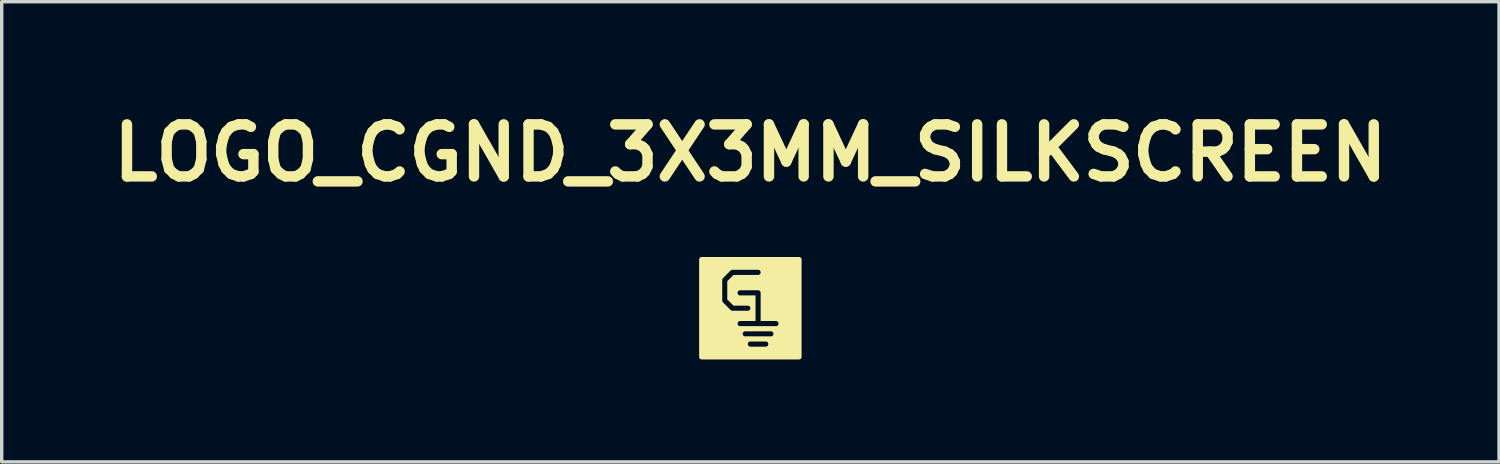
<source format=kicad_pcb>
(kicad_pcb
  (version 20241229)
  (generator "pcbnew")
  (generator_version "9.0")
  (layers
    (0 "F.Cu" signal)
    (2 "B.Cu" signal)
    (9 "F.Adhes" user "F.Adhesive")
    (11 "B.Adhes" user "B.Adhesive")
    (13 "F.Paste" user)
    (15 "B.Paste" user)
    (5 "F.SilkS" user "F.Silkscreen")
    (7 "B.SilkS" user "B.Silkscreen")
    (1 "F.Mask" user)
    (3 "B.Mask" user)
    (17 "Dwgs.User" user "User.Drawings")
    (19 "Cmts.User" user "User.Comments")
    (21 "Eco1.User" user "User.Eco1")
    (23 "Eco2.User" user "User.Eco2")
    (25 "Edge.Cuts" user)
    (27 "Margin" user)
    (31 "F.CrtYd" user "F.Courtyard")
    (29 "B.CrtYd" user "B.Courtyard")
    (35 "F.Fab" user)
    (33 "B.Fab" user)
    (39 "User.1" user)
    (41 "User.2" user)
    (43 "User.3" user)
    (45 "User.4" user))
  (footprint "LOGO_CGND_3X3MM_SILKSCREEN"
    (layer "F.Cu")
    (at 18.919 5.974)
    (property "Reference" "LOGO_CGND_3X3MM_SILKSCREEN" (at 0 -4.548 0) (layer "F.SilkS") (effects (font (size 1.524 1.524) (thickness 0.305))))
    (attr exclude_from_pos_files exclude_from_bom)
    (fp_poly (pts (xy -1.425 -1.5) (xy -1.427 -1.5) (xy -1.429 -1.5) (xy -1.431 -1.5) (xy -1.433 -1.5) (xy -1.435 -1.499) (xy -1.436 -1.499) (xy -1.438 -1.499) (xy -1.44 -1.498) (xy -1.442 -1.498) (xy -1.444 -1.498) (xy -1.445 -1.497) (xy -1.447 -1.497) (xy -1.449 -1.496) (xy -1.451 -1.496) (xy -1.452 -1.495) (xy -1.454 -1.494) (xy -1.456 -1.494) (xy -1.457 -1.493) (xy -1.459 -1.492) (xy -1.461 -1.491) (xy -1.462 -1.49) (xy -1.464 -1.489) (xy -1.465 -1.488) (xy -1.467 -1.487) (xy -1.468 -1.486) (xy -1.47 -1.485) (xy -1.471 -1.484) (xy -1.473 -1.483) (xy -1.474 -1.482) (xy -1.476 -1.481) (xy -1.477 -1.479) (xy -1.478 -1.478) (xy -1.479 -1.477) (xy -1.481 -1.476) (xy -1.482 -1.474) (xy -1.483 -1.473) (xy -1.484 -1.471) (xy -1.485 -1.47) (xy -1.486 -1.468) (xy -1.487 -1.467) (xy -1.488 -1.465) (xy -1.489 -1.464) (xy -1.49 -1.462) (xy -1.491 -1.461) (xy -1.492 -1.459) (xy -1.493 -1.457) (xy -1.494 -1.456) (xy -1.494 -1.454) (xy -1.495 -1.452) (xy -1.496 -1.451) (xy -1.496 -1.449) (xy -1.497 -1.447) (xy -1.497 -1.445) (xy -1.498 -1.444) (xy -1.498 -1.442) (xy -1.498 -1.44) (xy -1.499 -1.438) (xy -1.499 -1.436) (xy -1.499 -1.435) (xy -1.5 -1.433) (xy -1.5 -1.431) (xy -1.5 -1.429) (xy -1.5 -1.427) (xy -1.5 -1.425) (xy -1.5 1.426) (xy -1.5 1.428) (xy -1.5 1.43) (xy -1.5 1.431) (xy -1.499 1.433) (xy -1.499 1.435) (xy -1.499 1.437) (xy -1.499 1.439) (xy -1.498 1.44) (xy -1.498 1.442) (xy -1.497 1.444) (xy -1.497 1.446) (xy -1.496 1.447) (xy -1.496 1.449) (xy -1.495 1.451) (xy -1.495 1.453) (xy -1.494 1.454) (xy -1.493 1.456) (xy -1.492 1.458) (xy -1.492 1.459) (xy -1.491 1.461) (xy -1.49 1.462) (xy -1.489 1.464) (xy -1.488 1.465) (xy -1.487 1.467) (xy -1.486 1.468) (xy -1.485 1.47) (xy -1.484 1.471) (xy -1.483 1.473) (xy -1.481 1.474) (xy -1.48 1.476) (xy -1.479 1.477) (xy -1.478 1.478) (xy -1.476 1.479) (xy -1.475 1.481) (xy -1.474 1.482) (xy -1.472 1.483) (xy -1.471 1.484) (xy -1.47 1.485) (xy -1.468 1.486) (xy -1.467 1.487) (xy -1.465 1.488) (xy -1.463 1.489) (xy -1.462 1.49) (xy -1.46 1.491) (xy -1.459 1.492) (xy -1.457 1.493) (xy -1.455 1.493) (xy -1.454 1.494) (xy -1.452 1.495) (xy -1.45 1.495) (xy -1.449 1.496) (xy -1.447 1.497) (xy -1.445 1.497) (xy -1.443 1.498) (xy -1.442 1.498) (xy -1.44 1.498) (xy -1.438 1.499) (xy -1.436 1.499) (xy -1.435 1.499) (xy -1.433 1.5) (xy -1.431 1.5) (xy -1.429 1.5) (xy -1.427 1.5) (xy -1.425 1.5) (xy 0.451 1.5) (xy 0.451 1.125) (xy 0.449 1.125) (xy 0.000258 1.125) (xy -0.002 1.125) (xy -0.003 1.125) (xy -0.005 1.125) (xy -0.007 1.125) (xy -0.009 1.125) (xy -0.011 1.124) (xy -0.012 1.124) (xy -0.014 1.124) (xy -0.016 1.123) (xy -0.018 1.123) (xy -0.02 1.122) (xy -0.021 1.122) (xy -0.023 1.121) (xy -0.025 1.121) (xy -0.026 1.12) (xy -0.028 1.119) (xy -0.03 1.119) (xy -0.031 1.118) (xy -0.033 1.117) (xy -0.035 1.116) (xy -0.036 1.115) (xy -0.038 1.114) (xy -0.039 1.114) (xy -0.041 1.113) (xy -0.042 1.112) (xy -0.044 1.11) (xy -0.045 1.109) (xy -0.047 1.108) (xy -0.048 1.107) (xy -0.05 1.106) (xy -0.051 1.105) (xy -0.052 1.103) (xy -0.053 1.102) (xy -0.055 1.101) (xy -0.056 1.099) (xy -0.057 1.098) (xy -0.058 1.096) (xy -0.059 1.095) (xy -0.06 1.094) (xy -0.061 1.092) (xy -0.062 1.091) (xy -0.063 1.089) (xy -0.064 1.087) (xy -0.065 1.086) (xy -0.066 1.084) (xy -0.067 1.083) (xy -0.068 1.081) (xy -0.068 1.079) (xy -0.069 1.078) (xy -0.07 1.076) (xy -0.07 1.074) (xy -0.071 1.072) (xy -0.071 1.071) (xy -0.072 1.069) (xy -0.072 1.067) (xy -0.073 1.065) (xy -0.073 1.064) (xy -0.073 1.062) (xy -0.074 1.06) (xy -0.074 1.058) (xy -0.074 1.056) (xy -0.074 1.054) (xy -0.074 1.053) (xy -0.074 1.051) (xy -0.074 1.051) (xy -0.074 1.049) (xy -0.074 1.047) (xy -0.074 1.045) (xy -0.074 1.043) (xy -0.074 1.042) (xy -0.073 1.04) (xy -0.073 1.038) (xy -0.073 1.036) (xy -0.073 1.034) (xy -0.072 1.033) (xy -0.072 1.031) (xy -0.071 1.029) (xy -0.071 1.027) (xy -0.07 1.025) (xy -0.069 1.024) (xy -0.069 1.022) (xy -0.068 1.02) (xy -0.067 1.019) (xy -0.067 1.017) (xy -0.066 1.015) (xy -0.065 1.014) (xy -0.064 1.012) (xy -0.063 1.01) (xy -0.062 1.009) (xy -0.061 1.007) (xy -0.06 1.006) (xy -0.059 1.004) (xy -0.058 1.003) (xy -0.056 1.001) (xy -0.055 1) (xy -0.054 0.999) (xy -0.053 0.997) (xy -0.051 0.996) (xy -0.05 0.995) (xy -0.049 0.994) (xy -0.047 0.992) (xy -0.046 0.991) (xy -0.044 0.99) (xy -0.043 0.989) (xy -0.041 0.988) (xy -0.04 0.987) (xy -0.038 0.986) (xy -0.037 0.985) (xy -0.035 0.984) (xy -0.034 0.983) (xy -0.032 0.982) (xy -0.03 0.982) (xy -0.028 0.981) (xy -0.027 0.98) (xy -0.025 0.979) (xy -0.023 0.979) (xy -0.022 0.978) (xy -0.02 0.978) (xy -0.018 0.977) (xy -0.016 0.977) (xy -0.014 0.976) (xy -0.013 0.976) (xy -0.011 0.976) (xy -0.009 0.976) (xy -0.007 0.975) (xy -0.005 0.975) (xy -0.003 0.975) (xy -0.002 0.975) (xy 0.000258 0.975) (xy 0.449 0.975) (xy 0.451 0.975) (xy 0.453 0.975) (xy 0.455 0.975) (xy 0.457 0.975) (xy 0.459 0.975) (xy 0.461 0.976) (xy 0.462 0.976) (xy 0.464 0.976) (xy 0.466 0.977) (xy 0.468 0.977) (xy 0.47 0.977) (xy 0.471 0.978) (xy 0.473 0.978) (xy 0.475 0.979) (xy 0.477 0.98) (xy 0.479 0.98) (xy 0.48 0.981) (xy 0.482 0.982) (xy 0.484 0.983) (xy 0.485 0.984) (xy 0.487 0.984) (xy 0.489 0.985) (xy 0.49 0.986) (xy 0.492 0.987) (xy 0.493 0.988) (xy 0.495 0.99) (xy 0.496 0.991) (xy 0.498 0.992) (xy 0.499 0.993) (xy 0.501 0.994) (xy 0.502 0.996) (xy 0.503 0.997) (xy 0.505 0.998) (xy 0.506 1) (xy 0.507 1.001) (xy 0.508 1.002) (xy 0.51 1.004) (xy 0.511 1.005) (xy 0.512 1.007) (xy 0.513 1.008) (xy 0.514 1.01) (xy 0.515 1.012) (xy 0.516 1.013) (xy 0.517 1.015) (xy 0.517 1.017) (xy 0.518 1.018) (xy 0.519 1.02) (xy 0.52 1.022) (xy 0.52 1.023) (xy 0.521 1.025) (xy 0.522 1.027) (xy 0.522 1.029) (xy 0.523 1.03) (xy 0.523 1.032) (xy 0.524 1.034) (xy 0.524 1.036) (xy 0.524 1.038) (xy 0.525 1.04) (xy 0.525 1.042) (xy 0.525 1.043) (xy 0.525 1.045) (xy 0.525 1.047) (xy 0.525 1.049) (xy 0.525 1.051) (xy 0.525 1.053) (xy 0.525 1.055) (xy 0.525 1.056) (xy 0.525 1.058) (xy 0.525 1.06) (xy 0.524 1.062) (xy 0.524 1.064) (xy 0.524 1.066) (xy 0.523 1.067) (xy 0.523 1.069) (xy 0.522 1.071) (xy 0.522 1.073) (xy 0.521 1.074) (xy 0.521 1.076) (xy 0.52 1.078) (xy 0.519 1.08) (xy 0.519 1.081) (xy 0.518 1.083) (xy 0.517 1.085) (xy 0.516 1.086) (xy 0.515 1.088) (xy 0.514 1.089) (xy 0.513 1.091) (xy 0.512 1.093) (xy 0.511 1.094) (xy 0.51 1.096) (xy 0.509 1.097) (xy 0.508 1.098) (xy 0.507 1.1) (xy 0.505 1.101) (xy 0.504 1.103) (xy 0.503 1.104) (xy 0.501 1.105) (xy 0.5 1.106) (xy 0.499 1.108) (xy 0.497 1.109) (xy 0.496 1.11) (xy 0.494 1.111) (xy 0.493 1.112) (xy 0.491 1.113) (xy 0.49 1.114) (xy 0.488 1.115) (xy 0.487 1.116) (xy 0.485 1.117) (xy 0.483 1.118) (xy 0.482 1.118) (xy 0.48 1.119) (xy 0.478 1.12) (xy 0.476 1.121) (xy 0.475 1.121) (xy 0.473 1.122) (xy 0.471 1.122) (xy 0.469 1.123) (xy 0.468 1.123) (xy 0.466 1.124) (xy 0.464 1.124) (xy 0.462 1.124) (xy 0.46 1.125) (xy 0.459 1.125) (xy 0.457 1.125) (xy 0.455 1.125) (xy 0.453 1.125) (xy 0.451 1.125) (xy 0.451 1.5) (xy 0.602 1.5) (xy 0.602 0.824) (xy 0.6 0.824) (xy -0.15 0.824) (xy -0.152 0.824) (xy -0.154 0.824) (xy -0.156 0.824) (xy -0.157 0.824) (xy -0.159 0.824) (xy -0.161 0.824) (xy -0.163 0.823) (xy -0.165 0.823) (xy -0.166 0.823) (xy -0.168 0.822) (xy -0.17 0.822) (xy -0.172 0.821) (xy -0.173 0.821) (xy -0.175 0.82) (xy -0.177 0.819) (xy -0.179 0.819) (xy -0.18 0.818) (xy -0.182 0.817) (xy -0.183 0.816) (xy -0.185 0.816) (xy -0.187 0.815) (xy -0.188 0.814) (xy -0.19 0.813) (xy -0.191 0.812) (xy -0.193 0.811) (xy -0.194 0.81) (xy -0.196 0.809) (xy -0.197 0.807) (xy -0.199 0.806) (xy -0.2 0.805) (xy -0.201 0.804) (xy -0.203 0.803) (xy -0.204 0.801) (xy -0.205 0.8) (xy -0.206 0.799) (xy -0.207 0.797) (xy -0.209 0.796) (xy -0.21 0.794) (xy -0.211 0.793) (xy -0.212 0.791) (xy -0.213 0.79) (xy -0.214 0.788) (xy -0.215 0.787) (xy -0.216 0.785) (xy -0.216 0.783) (xy -0.217 0.782) (xy -0.218 0.78) (xy -0.219 0.778) (xy -0.219 0.777) (xy -0.22 0.775) (xy -0.221 0.773) (xy -0.221 0.772) (xy -0.222 0.77) (xy -0.222 0.768) (xy -0.223 0.766) (xy -0.223 0.765) (xy -0.223 0.763) (xy -0.224 0.761) (xy -0.224 0.759) (xy -0.224 0.757) (xy -0.224 0.756) (xy -0.224 0.754) (xy -0.224 0.752) (xy -0.225 0.75) (xy -0.224 0.748) (xy -0.224 0.746) (xy -0.224 0.745) (xy -0.224 0.743) (xy -0.224 0.741) (xy -0.224 0.739) (xy -0.223 0.737) (xy -0.223 0.736) (xy -0.223 0.734) (xy -0.222 0.732) (xy -0.222 0.73) (xy -0.221 0.729) (xy -0.221 0.727) (xy -0.22 0.725) (xy -0.219 0.723) (xy -0.219 0.722) (xy -0.218 0.72) (xy -0.217 0.718) (xy -0.216 0.717) (xy -0.216 0.715) (xy -0.215 0.714) (xy -0.214 0.712) (xy -0.213 0.71) (xy -0.212 0.709) (xy -0.211 0.707) (xy -0.21 0.706) (xy -0.209 0.704) (xy -0.207 0.703) (xy -0.206 0.702) (xy -0.205 0.7) (xy -0.204 0.699) (xy -0.203 0.698) (xy -0.201 0.696) (xy -0.2 0.695) (xy -0.199 0.694) (xy -0.197 0.693) (xy -0.196 0.692) (xy -0.194 0.69) (xy -0.193 0.689) (xy -0.191 0.688) (xy -0.19 0.687) (xy -0.188 0.686) (xy -0.187 0.686) (xy -0.185 0.685) (xy -0.183 0.684) (xy -0.182 0.683) (xy -0.18 0.682) (xy -0.179 0.681) (xy -0.177 0.681) (xy -0.175 0.68) (xy -0.173 0.68) (xy -0.172 0.679) (xy -0.17 0.678) (xy -0.168 0.678) (xy -0.166 0.678) (xy -0.165 0.677) (xy -0.163 0.677) (xy -0.161 0.677) (xy -0.159 0.676) (xy -0.157 0.676) (xy -0.156 0.676) (xy -0.154 0.676) (xy -0.152 0.676) (xy -0.15 0.676) (xy 0.6 0.676) (xy 0.602 0.676) (xy 0.603 0.676) (xy 0.605 0.676) (xy 0.607 0.676) (xy 0.609 0.676) (xy 0.611 0.676) (xy 0.613 0.677) (xy 0.614 0.677) (xy 0.616 0.677) (xy 0.618 0.678) (xy 0.62 0.678) (xy 0.622 0.679) (xy 0.623 0.679) (xy 0.625 0.68) (xy 0.627 0.68) (xy 0.629 0.681) (xy 0.63 0.682) (xy 0.632 0.683) (xy 0.634 0.683) (xy 0.635 0.684) (xy 0.637 0.685) (xy 0.639 0.686) (xy 0.64 0.687) (xy 0.642 0.688) (xy 0.643 0.689) (xy 0.645 0.69) (xy 0.646 0.691) (xy 0.648 0.692) (xy 0.649 0.693) (xy 0.65 0.695) (xy 0.652 0.696) (xy 0.653 0.697) (xy 0.654 0.698) (xy 0.656 0.7) (xy 0.657 0.701) (xy 0.658 0.703) (xy 0.659 0.704) (xy 0.66 0.705) (xy 0.662 0.707) (xy 0.663 0.708) (xy 0.664 0.71) (xy 0.665 0.711) (xy 0.666 0.713) (xy 0.666 0.715) (xy 0.667 0.716) (xy 0.668 0.718) (xy 0.669 0.72) (xy 0.67 0.721) (xy 0.67 0.723) (xy 0.671 0.725) (xy 0.672 0.727) (xy 0.672 0.728) (xy 0.673 0.73) (xy 0.673 0.732) (xy 0.674 0.734) (xy 0.674 0.735) (xy 0.674 0.737) (xy 0.675 0.739) (xy 0.675 0.741) (xy 0.675 0.743) (xy 0.675 0.745) (xy 0.676 0.746) (xy 0.676 0.748) (xy 0.676 0.75) (xy 0.676 0.752) (xy 0.676 0.754) (xy 0.675 0.756) (xy 0.675 0.757) (xy 0.675 0.759) (xy 0.675 0.761) (xy 0.674 0.763) (xy 0.674 0.765) (xy 0.674 0.767) (xy 0.673 0.768) (xy 0.673 0.77) (xy 0.672 0.772) (xy 0.672 0.774) (xy 0.671 0.775) (xy 0.67 0.777) (xy 0.67 0.779) (xy 0.669 0.781) (xy 0.668 0.782) (xy 0.667 0.784) (xy 0.666 0.785) (xy 0.666 0.787) (xy 0.665 0.789) (xy 0.664 0.79) (xy 0.663 0.792) (xy 0.662 0.793) (xy 0.66 0.795) (xy 0.659 0.796) (xy 0.658 0.798) (xy 0.657 0.799) (xy 0.656 0.8) (xy 0.654 0.802) (xy 0.653 0.803) (xy 0.652 0.804) (xy 0.65 0.806) (xy 0.649 0.807) (xy 0.648 0.808) (xy 0.646 0.809) (xy 0.645 0.81) (xy 0.643 0.811) (xy 0.642 0.812) (xy 0.64 0.813) (xy 0.639 0.814) (xy 0.637 0.815) (xy 0.635 0.816) (xy 0.634 0.817) (xy 0.632 0.818) (xy 0.63 0.818) (xy 0.629 0.819) (xy 0.627 0.82) (xy 0.625 0.82) (xy 0.623 0.821) (xy 0.622 0.822) (xy 0.62 0.822) (xy 0.618 0.822) (xy 0.616 0.823) (xy 0.614 0.823) (xy 0.613 0.824) (xy 0.611 0.824) (xy 0.609 0.824) (xy 0.607 0.824) (xy 0.605 0.824) (xy 0.603 0.824) (xy 0.602 0.824) (xy 0.602 1.5) (xy 0.75 1.5) (xy 0.75 0.525) (xy 0.225 0.525) (xy -0.3 0.525) (xy -0.302 0.525) (xy -0.304 0.525) (xy -0.306 0.525) (xy -0.308 0.525) (xy -0.31 0.525) (xy -0.312 0.524) (xy -0.313 0.524) (xy -0.315 0.524) (xy -0.317 0.523) (xy -0.319 0.523) (xy -0.321 0.522) (xy -0.322 0.522) (xy -0.324 0.521) (xy -0.326 0.521) (xy -0.328 0.52) (xy -0.329 0.519) (xy -0.331 0.519) (xy -0.333 0.518) (xy -0.334 0.517) (xy -0.336 0.516) (xy -0.337 0.515) (xy -0.339 0.514) (xy -0.341 0.513) (xy -0.342 0.512) (xy -0.344 0.511) (xy -0.345 0.51) (xy -0.347 0.509) (xy -0.348 0.508) (xy -0.349 0.507) (xy -0.351 0.505) (xy -0.352 0.504) (xy -0.353 0.503) (xy -0.355 0.501) (xy -0.356 0.5) (xy -0.357 0.499) (xy -0.358 0.497) (xy -0.36 0.496) (xy -0.361 0.494) (xy -0.362 0.493) (xy -0.363 0.491) (xy -0.364 0.49) (xy -0.365 0.488) (xy -0.366 0.487) (xy -0.366 0.485) (xy -0.367 0.483) (xy -0.368 0.482) (xy -0.369 0.48) (xy -0.37 0.478) (xy -0.37 0.476) (xy -0.371 0.475) (xy -0.371 0.473) (xy -0.372 0.471) (xy -0.372 0.469) (xy -0.373 0.468) (xy -0.373 0.466) (xy -0.374 0.464) (xy -0.374 0.462) (xy -0.374 0.46) (xy -0.374 0.459) (xy -0.375 0.457) (xy -0.375 0.455) (xy -0.375 0.453) (xy -0.375 0.451) (xy -0.375 0.449) (xy -0.375 0.448) (xy -0.375 0.446) (xy -0.375 0.444) (xy -0.375 0.442) (xy -0.374 0.44) (xy -0.374 0.438) (xy -0.374 0.437) (xy -0.373 0.435) (xy -0.373 0.433) (xy -0.373 0.431) (xy -0.372 0.43) (xy -0.372 0.428) (xy -0.371 0.426) (xy -0.37 0.424) (xy -0.37 0.423) (xy -0.369 0.421) (xy -0.368 0.419) (xy -0.368 0.418) (xy -0.367 0.416) (xy -0.366 0.414) (xy -0.365 0.413) (xy -0.364 0.411) (xy -0.363 0.41) (xy -0.362 0.408) (xy -0.361 0.407) (xy -0.36 0.405) (xy -0.359 0.404) (xy -0.358 0.402) (xy -0.357 0.401) (xy -0.355 0.4) (xy -0.354 0.398) (xy -0.353 0.397) (xy -0.352 0.396) (xy -0.35 0.394) (xy -0.349 0.393) (xy -0.348 0.392) (xy -0.346 0.391) (xy -0.345 0.39) (xy -0.343 0.389) (xy -0.342 0.388) (xy -0.34 0.387) (xy -0.339 0.386) (xy -0.337 0.385) (xy -0.335 0.384) (xy -0.334 0.383) (xy -0.332 0.382) (xy -0.331 0.381) (xy -0.329 0.381) (xy -0.327 0.38) (xy -0.325 0.379) (xy -0.324 0.379) (xy -0.322 0.378) (xy -0.32 0.378) (xy -0.319 0.377) (xy -0.317 0.377) (xy -0.315 0.376) (xy -0.313 0.376) (xy -0.311 0.376) (xy -0.31 0.376) (xy -0.308 0.375) (xy -0.306 0.375) (xy -0.304 0.375) (xy -0.302 0.375) (xy -0.3 0.375) (xy -0.074 0.375) (xy -0.074 0.074) (xy -0.074 0.074) (xy -0.525 0.074) (xy -0.527 0.074) (xy -0.529 0.074) (xy -0.531 0.074) (xy -0.533 0.074) (xy -0.534 0.074) (xy -0.536 0.073) (xy -0.538 0.073) (xy -0.54 0.073) (xy -0.542 0.072) (xy -0.543 0.072) (xy -0.545 0.072) (xy -0.547 0.071) (xy -0.549 0.071) (xy -0.55 0.07) (xy -0.552 0.069) (xy -0.554 0.069) (xy -0.555 0.068) (xy -0.557 0.067) (xy -0.559 0.067) (xy -0.56 0.066) (xy -0.562 0.065) (xy -0.564 0.064) (xy -0.565 0.063) (xy -0.567 0.062) (xy -0.568 0.061) (xy -0.57 0.06) (xy -0.571 0.059) (xy -0.573 0.058) (xy -0.574 0.057) (xy -0.575 0.055) (xy -0.577 0.054) (xy -0.578 0.053) (xy -0.803 -0.172) (xy -0.804 -0.173) (xy -0.805 -0.174) (xy -0.806 -0.176) (xy -0.808 -0.177) (xy -0.809 -0.179) (xy -0.81 -0.18) (xy -0.811 -0.182) (xy -0.812 -0.183) (xy -0.813 -0.185) (xy -0.814 -0.186) (xy -0.815 -0.188) (xy -0.816 -0.189) (xy -0.816 -0.191) (xy -0.817 -0.193) (xy -0.818 -0.194) (xy -0.819 -0.196) (xy -0.819 -0.198) (xy -0.82 -0.2) (xy -0.82 -0.201) (xy -0.821 -0.203) (xy -0.821 -0.205) (xy -0.822 -0.206) (xy -0.822 -0.208) (xy -0.823 -0.21) (xy -0.823 -0.212) (xy -0.823 -0.214) (xy -0.823 -0.215) (xy -0.824 -0.217) (xy -0.824 -0.219) (xy -0.824 -0.221) (xy -0.824 -0.223) (xy -0.824 -0.225) (xy -0.824 -0.824) (xy -0.824 -0.826) (xy -0.824 -0.828) (xy -0.824 -0.83) (xy -0.824 -0.832) (xy -0.824 -0.833) (xy -0.824 -0.835) (xy -0.823 -0.837) (xy -0.823 -0.839) (xy -0.823 -0.841) (xy -0.822 -0.843) (xy -0.822 -0.845) (xy -0.821 -0.846) (xy -0.821 -0.848) (xy -0.82 -0.85) (xy -0.82 -0.852) (xy -0.819 -0.854) (xy -0.818 -0.855) (xy -0.818 -0.857) (xy -0.817 -0.859) (xy -0.816 -0.86) (xy -0.815 -0.862) (xy -0.814 -0.864) (xy -0.813 -0.865) (xy -0.812 -0.867) (xy -0.811 -0.869) (xy -0.81 -0.87) (xy -0.809 -0.872) (xy -0.808 -0.873) (xy -0.807 -0.875) (xy -0.805 -0.876) (xy -0.804 -0.877) (xy -0.803 -0.879) (xy -0.578 -1.104) (xy -0.577 -1.105) (xy -0.575 -1.106) (xy -0.574 -1.107) (xy -0.573 -1.108) (xy -0.571 -1.109) (xy -0.57 -1.111) (xy -0.568 -1.112) (xy -0.567 -1.113) (xy -0.565 -1.114) (xy -0.564 -1.115) (xy -0.562 -1.115) (xy -0.56 -1.116) (xy -0.559 -1.117) (xy -0.557 -1.118) (xy -0.555 -1.119) (xy -0.554 -1.119) (xy -0.552 -1.12) (xy -0.55 -1.121) (xy -0.549 -1.121) (xy -0.547 -1.122) (xy -0.545 -1.122) (xy -0.543 -1.123) (xy -0.542 -1.123) (xy -0.54 -1.123) (xy -0.538 -1.124) (xy -0.536 -1.124) (xy -0.534 -1.124) (xy -0.533 -1.124) (xy -0.531 -1.125) (xy -0.529 -1.125) (xy -0.527 -1.125) (xy -0.525 -1.125) (xy 0.225 -1.125) (xy 0.226 -1.125) (xy 0.228 -1.125) (xy 0.23 -1.125) (xy 0.232 -1.125) (xy 0.234 -1.124) (xy 0.236 -1.124) (xy 0.237 -1.124) (xy 0.239 -1.124) (xy 0.241 -1.123) (xy 0.243 -1.123) (xy 0.245 -1.122) (xy 0.246 -1.122) (xy 0.248 -1.121) (xy 0.25 -1.121) (xy 0.252 -1.12) (xy 0.253 -1.12) (xy 0.255 -1.119) (xy 0.257 -1.118) (xy 0.259 -1.117) (xy 0.26 -1.117) (xy 0.262 -1.116) (xy 0.263 -1.115) (xy 0.265 -1.114) (xy 0.267 -1.113) (xy 0.268 -1.112) (xy 0.27 -1.111) (xy 0.271 -1.11) (xy 0.273 -1.109) (xy 0.274 -1.107) (xy 0.275 -1.106) (xy 0.277 -1.105) (xy 0.278 -1.104) (xy 0.279 -1.102) (xy 0.281 -1.101) (xy 0.282 -1.1) (xy 0.283 -1.098) (xy 0.284 -1.097) (xy 0.286 -1.095) (xy 0.287 -1.094) (xy 0.288 -1.092) (xy 0.289 -1.091) (xy 0.29 -1.089) (xy 0.291 -1.088) (xy 0.292 -1.086) (xy 0.292 -1.085) (xy 0.293 -1.083) (xy 0.294 -1.081) (xy 0.295 -1.08) (xy 0.296 -1.078) (xy 0.296 -1.076) (xy 0.297 -1.074) (xy 0.297 -1.073) (xy 0.298 -1.071) (xy 0.298 -1.069) (xy 0.299 -1.067) (xy 0.299 -1.065) (xy 0.3 -1.064) (xy 0.3 -1.062) (xy 0.3 -1.06) (xy 0.301 -1.058) (xy 0.301 -1.056) (xy 0.301 -1.055) (xy 0.301 -1.053) (xy 0.301 -1.051) (xy 0.301 -1.049) (xy 0.301 -1.047) (xy 0.301 -1.045) (xy 0.301 -1.043) (xy 0.301 -1.041) (xy 0.3 -1.04) (xy 0.3 -1.038) (xy 0.3 -1.036) (xy 0.299 -1.034) (xy 0.299 -1.032) (xy 0.299 -1.03) (xy 0.298 -1.028) (xy 0.298 -1.027) (xy 0.297 -1.025) (xy 0.296 -1.023) (xy 0.296 -1.021) (xy 0.295 -1.02) (xy 0.294 -1.018) (xy 0.293 -1.016) (xy 0.292 -1.014) (xy 0.292 -1.013) (xy 0.291 -1.011) (xy 0.29 -1.01) (xy 0.289 -1.008) (xy 0.288 -1.006) (xy 0.286 -1.005) (xy 0.285 -1.003) (xy 0.284 -1.002) (xy 0.283 -1) (xy 0.282 -0.999) (xy 0.28 -0.998) (xy 0.279 -0.996) (xy 0.278 -0.995) (xy 0.276 -0.994) (xy 0.275 -0.992) (xy 0.273 -0.991) (xy 0.272 -0.99) (xy 0.27 -0.989) (xy 0.269 -0.988) (xy 0.267 -0.987) (xy 0.266 -0.986) (xy 0.264 -0.985) (xy 0.263 -0.984) (xy 0.261 -0.983) (xy 0.259 -0.982) (xy 0.258 -0.981) (xy 0.256 -0.98) (xy 0.254 -0.98) (xy 0.252 -0.979) (xy 0.251 -0.978) (xy 0.249 -0.978) (xy 0.247 -0.977) (xy 0.245 -0.977) (xy 0.243 -0.976) (xy 0.241 -0.976) (xy 0.24 -0.976) (xy 0.238 -0.975) (xy 0.236 -0.975) (xy 0.234 -0.975) (xy 0.232 -0.975) (xy 0.23 -0.974) (xy 0.228 -0.974) (xy 0.226 -0.974) (xy 0.225 -0.974) (xy -0.494 -0.974) (xy -0.676 -0.793) (xy -0.676 -0.256) (xy -0.494 -0.074) (xy -0.074 -0.074) (xy -0.072 -0.074) (xy -0.071 -0.074) (xy -0.069 -0.074) (xy -0.067 -0.074) (xy -0.065 -0.074) (xy -0.063 -0.073) (xy -0.061 -0.073) (xy -0.06 -0.073) (xy -0.058 -0.072) (xy -0.056 -0.072) (xy -0.054 -0.071) (xy -0.053 -0.071) (xy -0.051 -0.07) (xy -0.049 -0.07) (xy -0.047 -0.069) (xy -0.046 -0.068) (xy -0.044 -0.068) (xy -0.042 -0.067) (xy -0.041 -0.066) (xy -0.039 -0.065) (xy -0.038 -0.064) (xy -0.036 -0.063) (xy -0.034 -0.062) (xy -0.033 -0.061) (xy -0.031 -0.06) (xy -0.03 -0.059) (xy -0.029 -0.058) (xy -0.027 -0.057) (xy -0.026 -0.056) (xy -0.024 -0.055) (xy -0.023 -0.053) (xy -0.022 -0.052) (xy -0.02 -0.051) (xy -0.019 -0.05) (xy -0.018 -0.048) (xy -0.017 -0.047) (xy -0.016 -0.045) (xy -0.015 -0.044) (xy -0.013 -0.042) (xy -0.012 -0.041) (xy -0.011 -0.039) (xy -0.011 -0.038) (xy -0.01 -0.036) (xy -0.009 -0.035) (xy -0.008 -0.033) (xy -0.007 -0.031) (xy -0.006 -0.03) (xy -0.006 -0.028) (xy -0.005 -0.026) (xy -0.004 -0.025) (xy -0.004 -0.023) (xy -0.003 -0.021) (xy -0.003 -0.02) (xy -0.002 -0.018) (xy -0.002 -0.016) (xy -0.001 -0.014) (xy -0.001 -0.012) (xy -0.001 -0.011) (xy -0.000365 -0.009) (xy -0.000152 -0.007) (xy 0.000017 -0.005) (xy 0.000142 -0.003) (xy 0.000222 -0.002) (xy 0.000258 0.000258) (xy 0.00021 0.002) (xy 0.000117 0.004) (xy -0.000019 0.006) (xy -0.000199 0.007) (xy -0.000422 0.009) (xy -0.001 0.011) (xy -0.001 0.013) (xy -0.001 0.015) (xy -0.002 0.016) (xy -0.002 0.018) (xy -0.003 0.02) (xy -0.003 0.022) (xy -0.004 0.023) (xy -0.004 0.025) (xy -0.005 0.027) (xy -0.006 0.028) (xy -0.006 0.03) (xy -0.007 0.032) (xy -0.008 0.033) (xy -0.009 0.035) (xy -0.01 0.037) (xy -0.011 0.038) (xy -0.012 0.04) (xy -0.013 0.041) (xy -0.014 0.043) (xy -0.015 0.044) (xy -0.016 0.046) (xy -0.017 0.047) (xy -0.018 0.048) (xy -0.019 0.05) (xy -0.021 0.051) (xy -0.022 0.052) (xy -0.023 0.054) (xy -0.025 0.055) (xy -0.026 0.056) (xy -0.027 0.057) (xy -0.029 0.058) (xy -0.03 0.059) (xy -0.032 0.061) (xy -0.033 0.062) (xy -0.035 0.063) (xy -0.036 0.063) (xy -0.038 0.064) (xy -0.039 0.065) (xy -0.041 0.066) (xy -0.043 0.067) (xy -0.044 0.068) (xy -0.046 0.068) (xy -0.048 0.069) (xy -0.049 0.07) (xy -0.051 0.07) (xy -0.053 0.071) (xy -0.054 0.071) (xy -0.056 0.072) (xy -0.058 0.072) (xy -0.06 0.073) (xy -0.062 0.073) (xy -0.063 0.073) (xy -0.065 0.074) (xy -0.067 0.074) (xy -0.069 0.074) (xy -0.071 0.074) (xy -0.072 0.074) (xy -0.074 0.074) (xy -0.074 0.375) (xy 0.151 0.375) (xy 0.151 -0.375) (xy -0.3 -0.375) (xy -0.302 -0.375) (xy -0.304 -0.375) (xy -0.306 -0.375) (xy -0.308 -0.375) (xy -0.31 -0.376) (xy -0.311 -0.376) (xy -0.313 -0.376) (xy -0.315 -0.376) (xy -0.317 -0.377) (xy -0.319 -0.377) (xy -0.32 -0.378) (xy -0.322 -0.378) (xy -0.324 -0.379) (xy -0.325 -0.379) (xy -0.327 -0.38) (xy -0.329 -0.381) (xy -0.331 -0.381) (xy -0.332 -0.382) (xy -0.334 -0.383) (xy -0.335 -0.384) (xy -0.337 -0.385) (xy -0.339 -0.386) (xy -0.34 -0.387) (xy -0.342 -0.388) (xy -0.343 -0.389) (xy -0.345 -0.39) (xy -0.346 -0.391) (xy -0.348 -0.392) (xy -0.349 -0.393) (xy -0.35 -0.394) (xy -0.352 -0.396) (xy -0.353 -0.397) (xy -0.354 -0.398) (xy -0.355 -0.4) (xy -0.357 -0.401) (xy -0.358 -0.402) (xy -0.359 -0.404) (xy -0.36 -0.405) (xy -0.361 -0.407) (xy -0.362 -0.408) (xy -0.363 -0.41) (xy -0.364 -0.411) (xy -0.365 -0.413) (xy -0.366 -0.414) (xy -0.367 -0.416) (xy -0.368 -0.418) (xy -0.368 -0.419) (xy -0.369 -0.421) (xy -0.37 -0.423) (xy -0.37 -0.424) (xy -0.371 -0.426) (xy -0.372 -0.428) (xy -0.372 -0.43) (xy -0.373 -0.431) (xy -0.373 -0.433) (xy -0.373 -0.435) (xy -0.374 -0.437) (xy -0.374 -0.438) (xy -0.374 -0.44) (xy -0.375 -0.442) (xy -0.375 -0.444) (xy -0.375 -0.446) (xy -0.375 -0.448) (xy -0.375 -0.449) (xy -0.375 -0.451) (xy -0.375 -0.453) (xy -0.375 -0.455) (xy -0.375 -0.457) (xy -0.374 -0.459) (xy -0.374 -0.46) (xy -0.374 -0.462) (xy -0.374 -0.464) (xy -0.373 -0.466) (xy -0.373 -0.468) (xy -0.372 -0.469) (xy -0.372 -0.471) (xy -0.371 -0.473) (xy -0.371 -0.475) (xy -0.37 -0.476) (xy -0.37 -0.478) (xy -0.369 -0.48) (xy -0.368 -0.482) (xy -0.367 -0.483) (xy -0.366 -0.485) (xy -0.366 -0.487) (xy -0.365 -0.488) (xy -0.364 -0.49) (xy -0.363 -0.491) (xy -0.362 -0.493) (xy -0.361 -0.494) (xy -0.36 -0.496) (xy -0.358 -0.497) (xy -0.357 -0.499) (xy -0.356 -0.5) (xy -0.355 -0.501) (xy -0.353 -0.503) (xy -0.352 -0.504) (xy -0.351 -0.505) (xy -0.349 -0.507) (xy -0.348 -0.508) (xy -0.347 -0.509) (xy -0.345 -0.51) (xy -0.344 -0.511) (xy -0.342 -0.512) (xy -0.341 -0.513) (xy -0.339 -0.514) (xy -0.337 -0.515) (xy -0.336 -0.516) (xy -0.334 -0.517) (xy -0.333 -0.518) (xy -0.331 -0.519) (xy -0.329 -0.519) (xy -0.328 -0.52) (xy -0.326 -0.521) (xy -0.324 -0.521) (xy -0.322 -0.522) (xy -0.321 -0.522) (xy -0.319 -0.523) (xy -0.317 -0.523) (xy -0.315 -0.524) (xy -0.313 -0.524) (xy -0.312 -0.524) (xy -0.31 -0.525) (xy -0.308 -0.525) (xy -0.306 -0.525) (xy -0.304 -0.525) (xy -0.302 -0.525) (xy -0.3 -0.525) (xy 0.225 -0.525) (xy 0.226 -0.525) (xy 0.228 -0.525) (xy 0.23 -0.525) (xy 0.232 -0.525) (xy 0.234 -0.525) (xy 0.236 -0.525) (xy 0.238 -0.524) (xy 0.239 -0.524) (xy 0.241 -0.524) (xy 0.243 -0.523) (xy 0.245 -0.523) (xy 0.247 -0.522) (xy 0.249 -0.522) (xy 0.25 -0.521) (xy 0.252 -0.521) (xy 0.254 -0.52) (xy 0.256 -0.519) (xy 0.257 -0.518) (xy 0.259 -0.518) (xy 0.261 -0.517) (xy 0.262 -0.516) (xy 0.264 -0.515) (xy 0.266 -0.514) (xy 0.267 -0.513) (xy 0.269 -0.512) (xy 0.27 -0.511) (xy 0.272 -0.51) (xy 0.273 -0.509) (xy 0.275 -0.507) (xy 0.276 -0.506) (xy 0.278 -0.505) (xy 0.279 -0.504) (xy 0.28 -0.502) (xy 0.281 -0.501) (xy 0.283 -0.499) (xy 0.284 -0.498) (xy 0.285 -0.496) (xy 0.286 -0.495) (xy 0.287 -0.493) (xy 0.288 -0.492) (xy 0.289 -0.49) (xy 0.29 -0.489) (xy 0.291 -0.487) (xy 0.292 -0.485) (xy 0.293 -0.484) (xy 0.294 -0.482) (xy 0.295 -0.48) (xy 0.295 -0.479) (xy 0.296 -0.477) (xy 0.297 -0.475) (xy 0.297 -0.473) (xy 0.298 -0.472) (xy 0.298 -0.47) (xy 0.299 -0.468) (xy 0.299 -0.466) (xy 0.3 -0.464) (xy 0.3 -0.462) (xy 0.3 -0.461) (xy 0.301 -0.459) (xy 0.301 -0.457) (xy 0.301 -0.455) (xy 0.301 -0.453) (xy 0.301 -0.451) (xy 0.301 -0.449) (xy 0.301 0.375) (xy 0.75 0.375) (xy 0.752 0.375) (xy 0.754 0.375) (xy 0.756 0.375) (xy 0.757 0.375) (xy 0.759 0.376) (xy 0.761 0.376) (xy 0.763 0.376) (xy 0.765 0.376) (xy 0.766 0.377) (xy 0.768 0.377) (xy 0.77 0.378) (xy 0.772 0.378) (xy 0.773 0.379) (xy 0.775 0.379) (xy 0.777 0.38) (xy 0.778 0.381) (xy 0.78 0.381) (xy 0.782 0.382) (xy 0.783 0.383) (xy 0.785 0.384) (xy 0.787 0.385) (xy 0.788 0.386) (xy 0.79 0.387) (xy 0.791 0.388) (xy 0.793 0.389) (xy 0.794 0.39) (xy 0.796 0.391) (xy 0.797 0.392) (xy 0.799 0.393) (xy 0.8 0.394) (xy 0.801 0.396) (xy 0.803 0.397) (xy 0.804 0.398) (xy 0.805 0.4) (xy 0.806 0.401) (xy 0.807 0.402) (xy 0.809 0.404) (xy 0.81 0.405) (xy 0.811 0.407) (xy 0.812 0.408) (xy 0.813 0.41) (xy 0.814 0.411) (xy 0.815 0.413) (xy 0.816 0.414) (xy 0.816 0.416) (xy 0.817 0.418) (xy 0.818 0.419) (xy 0.819 0.421) (xy 0.819 0.423) (xy 0.82 0.424) (xy 0.821 0.426) (xy 0.821 0.428) (xy 0.822 0.43) (xy 0.822 0.431) (xy 0.823 0.433) (xy 0.823 0.435) (xy 0.823 0.437) (xy 0.824 0.438) (xy 0.824 0.44) (xy 0.824 0.442) (xy 0.824 0.444) (xy 0.824 0.446) (xy 0.824 0.448) (xy 0.824 0.449) (xy 0.824 0.451) (xy 0.824 0.453) (xy 0.824 0.455) (xy 0.824 0.457) (xy 0.824 0.459) (xy 0.824 0.46) (xy 0.824 0.462) (xy 0.823 0.464) (xy 0.823 0.466) (xy 0.822 0.468) (xy 0.822 0.469) (xy 0.822 0.471) (xy 0.821 0.473) (xy 0.82 0.475) (xy 0.82 0.476) (xy 0.819 0.478) (xy 0.818 0.48) (xy 0.818 0.482) (xy 0.817 0.483) (xy 0.816 0.485) (xy 0.815 0.487) (xy 0.814 0.488) (xy 0.813 0.49) (xy 0.812 0.491) (xy 0.811 0.493) (xy 0.81 0.494) (xy 0.809 0.496) (xy 0.808 0.497) (xy 0.807 0.499) (xy 0.806 0.5) (xy 0.804 0.501) (xy 0.803 0.503) (xy 0.802 0.504) (xy 0.8 0.505) (xy 0.799 0.507) (xy 0.798 0.508) (xy 0.796 0.509) (xy 0.795 0.51) (xy 0.793 0.511) (xy 0.792 0.512) (xy 0.79 0.513) (xy 0.789 0.514) (xy 0.787 0.515) (xy 0.785 0.516) (xy 0.784 0.517) (xy 0.782 0.518) (xy 0.781 0.519) (xy 0.779 0.519) (xy 0.777 0.52) (xy 0.775 0.521) (xy 0.774 0.521) (xy 0.772 0.522) (xy 0.77 0.522) (xy 0.768 0.523) (xy 0.767 0.523) (xy 0.765 0.524) (xy 0.763 0.524) (xy 0.761 0.524) (xy 0.759 0.525) (xy 0.757 0.525) (xy 0.756 0.525) (xy 0.754 0.525) (xy 0.752 0.525) (xy 0.75 0.525) (xy 0.75 1.5) (xy 1.426 1.5) (xy 1.428 1.5) (xy 1.43 1.5) (xy 1.431 1.5) (xy 1.433 1.499) (xy 1.435 1.499) (xy 1.437 1.499) (xy 1.439 1.499) (xy 1.44 1.498) (xy 1.442 1.498) (xy 1.444 1.497) (xy 1.446 1.497) (xy 1.447 1.496) (xy 1.449 1.496) (xy 1.451 1.495) (xy 1.452 1.495) (xy 1.454 1.494) (xy 1.456 1.493) (xy 1.457 1.493) (xy 1.459 1.492) (xy 1.461 1.491) (xy 1.462 1.49) (xy 1.464 1.489) (xy 1.465 1.488) (xy 1.467 1.487) (xy 1.468 1.486) (xy 1.47 1.485) (xy 1.471 1.484) (xy 1.473 1.483) (xy 1.474 1.482) (xy 1.475 1.48) (xy 1.477 1.479) (xy 1.478 1.478) (xy 1.479 1.477) (xy 1.48 1.475) (xy 1.482 1.474) (xy 1.483 1.473) (xy 1.484 1.471) (xy 1.485 1.47) (xy 1.486 1.468) (xy 1.487 1.467) (xy 1.488 1.465) (xy 1.489 1.464) (xy 1.49 1.462) (xy 1.491 1.461) (xy 1.492 1.459) (xy 1.493 1.457) (xy 1.493 1.456) (xy 1.494 1.454) (xy 1.495 1.452) (xy 1.495 1.451) (xy 1.496 1.449) (xy 1.496 1.447) (xy 1.497 1.446) (xy 1.497 1.444) (xy 1.498 1.442) (xy 1.498 1.44) (xy 1.499 1.439) (xy 1.499 1.437) (xy 1.499 1.435) (xy 1.499 1.433) (xy 1.5 1.431) (xy 1.5 1.43) (xy 1.5 1.428) (xy 1.5 1.426) (xy 1.5 -1.425) (xy 1.5 -1.427) (xy 1.5 -1.429) (xy 1.5 -1.431) (xy 1.5 -1.433) (xy 1.499 -1.435) (xy 1.499 -1.436) (xy 1.499 -1.438) (xy 1.498 -1.44) (xy 1.498 -1.442) (xy 1.498 -1.443) (xy 1.497 -1.445) (xy 1.497 -1.447) (xy 1.496 -1.449) (xy 1.495 -1.45) (xy 1.495 -1.452) (xy 1.494 -1.454) (xy 1.493 -1.455) (xy 1.493 -1.457) (xy 1.492 -1.459) (xy 1.491 -1.46) (xy 1.49 -1.462) (xy 1.489 -1.463) (xy 1.488 -1.465) (xy 1.487 -1.467) (xy 1.486 -1.468) (xy 1.485 -1.47) (xy 1.484 -1.471) (xy 1.483 -1.472) (xy 1.482 -1.474) (xy 1.481 -1.475) (xy 1.479 -1.476) (xy 1.478 -1.478) (xy 1.477 -1.479) (xy 1.476 -1.48) (xy 1.474 -1.481) (xy 1.473 -1.483) (xy 1.471 -1.484) (xy 1.47 -1.485) (xy 1.468 -1.486) (xy 1.467 -1.487) (xy 1.465 -1.488) (xy 1.464 -1.489) (xy 1.462 -1.49) (xy 1.461 -1.491) (xy 1.459 -1.492) (xy 1.458 -1.492) (xy 1.456 -1.493) (xy 1.454 -1.494) (xy 1.453 -1.495) (xy 1.451 -1.495) (xy 1.449 -1.496) (xy 1.447 -1.496) (xy 1.446 -1.497) (xy 1.444 -1.497) (xy 1.442 -1.498) (xy 1.44 -1.498) (xy 1.439 -1.499) (xy 1.437 -1.499) (xy 1.435 -1.499) (xy 1.433 -1.499) (xy 1.431 -1.5) (xy 1.43 -1.5) (xy 1.428 -1.5) (xy 1.426 -1.5) (xy -1.425 -1.5)) (stroke (width 0) (type solid)) (fill yes) (layer "F.SilkS")))
  (gr_rect
    (start -3 -3)
    (end 40.839 10.474)
    (stroke (width 0.1) (type default))
    (fill no)
    (layer "Edge.Cuts")))
</source>
